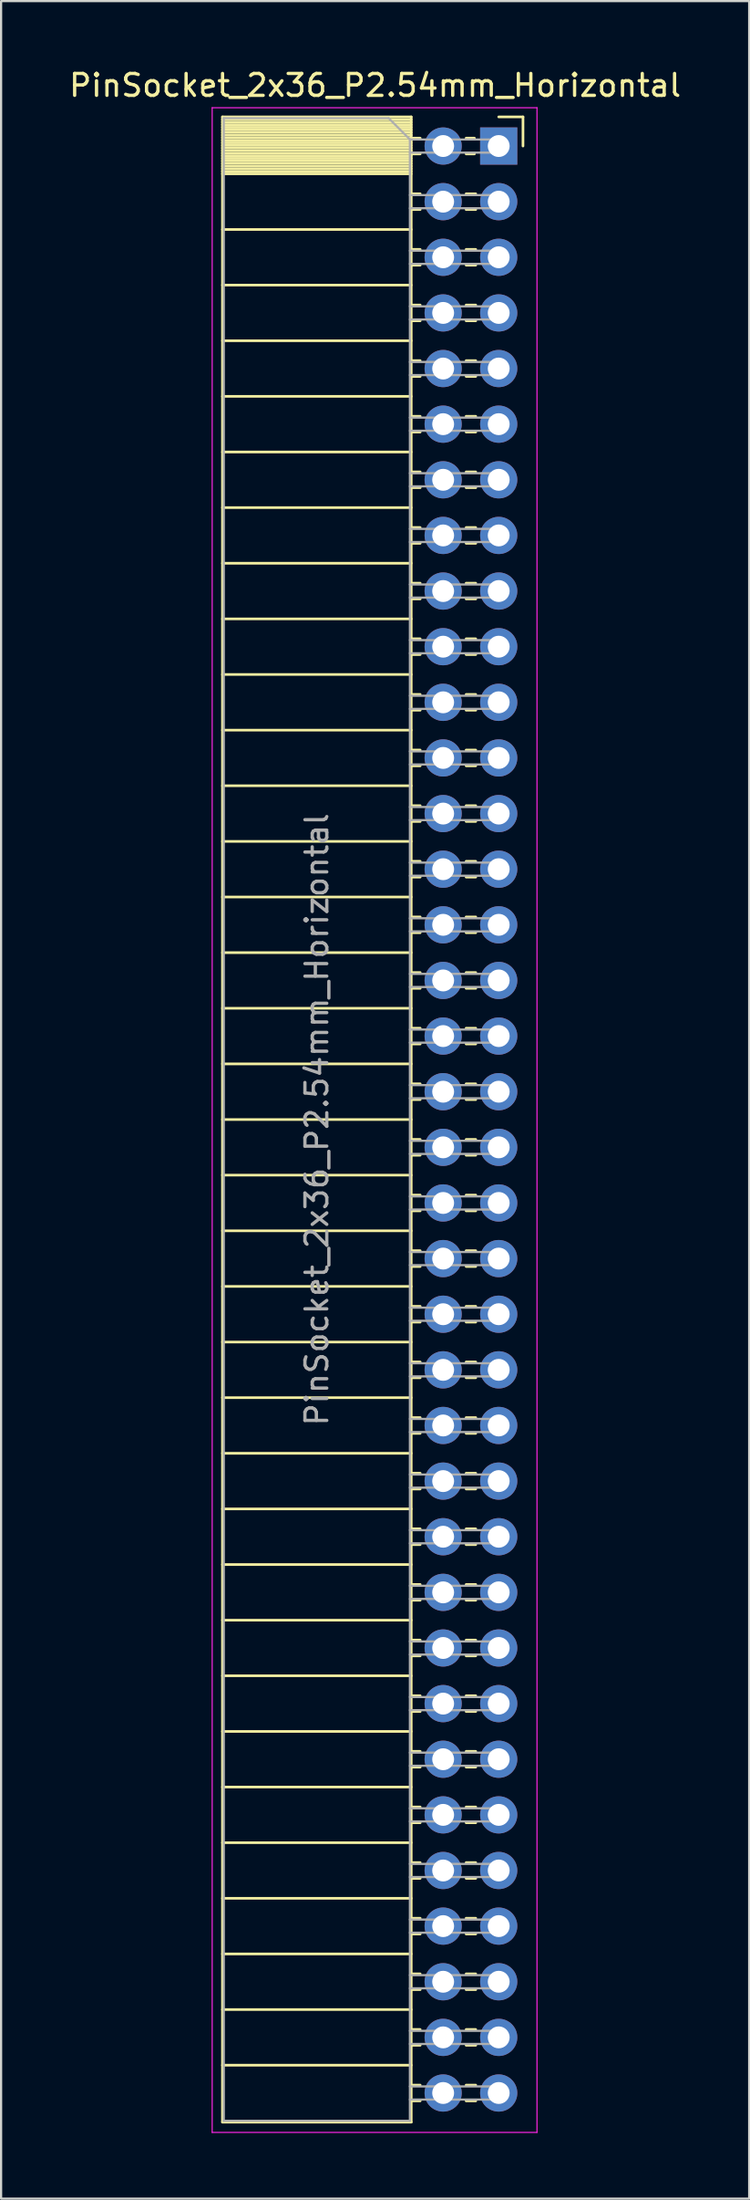
<source format=kicad_pcb>
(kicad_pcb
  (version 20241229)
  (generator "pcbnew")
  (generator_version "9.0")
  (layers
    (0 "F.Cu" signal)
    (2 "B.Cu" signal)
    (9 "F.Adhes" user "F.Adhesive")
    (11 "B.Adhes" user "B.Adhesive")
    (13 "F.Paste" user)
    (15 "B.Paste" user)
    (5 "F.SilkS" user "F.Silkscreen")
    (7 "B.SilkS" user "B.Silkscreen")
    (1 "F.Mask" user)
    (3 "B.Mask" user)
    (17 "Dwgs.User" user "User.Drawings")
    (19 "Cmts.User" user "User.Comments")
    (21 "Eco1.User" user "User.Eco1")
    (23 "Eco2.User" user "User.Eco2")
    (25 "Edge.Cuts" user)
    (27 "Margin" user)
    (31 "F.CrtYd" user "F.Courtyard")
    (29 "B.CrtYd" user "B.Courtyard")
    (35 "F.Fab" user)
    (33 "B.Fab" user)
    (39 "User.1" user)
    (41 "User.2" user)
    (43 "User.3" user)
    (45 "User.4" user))
  (footprint "PinSocket_2x36_P2.54mm_Horizontal"
    (layer "F.Cu")
    (at 19.751 3.618)
    (property "Reference" "PinSocket_2x36_P2.54mm_Horizontal" (at -5.65 -2.77 0) (layer "F.SilkS") (effects (font (size 1 1) (thickness 0.15))))
    (attr through_hole)
    (fp_line (start -12.63 -1.33) (end -12.63 90.23) (stroke (width 0.12) (type solid)) (layer "F.SilkS"))
    (fp_line (start -12.63 -1.33) (end -4 -1.33) (stroke (width 0.12) (type solid)) (layer "F.SilkS"))
    (fp_line (start -12.63 -1.21) (end -4 -1.21) (stroke (width 0.12) (type solid)) (layer "F.SilkS"))
    (fp_line (start -12.63 -1.092) (end -4 -1.092) (stroke (width 0.12) (type solid)) (layer "F.SilkS"))
    (fp_line (start -12.63 -0.974) (end -4 -0.974) (stroke (width 0.12) (type solid)) (layer "F.SilkS"))
    (fp_line (start -12.63 -0.856) (end -4 -0.856) (stroke (width 0.12) (type solid)) (layer "F.SilkS"))
    (fp_line (start -12.63 -0.738) (end -4 -0.738) (stroke (width 0.12) (type solid)) (layer "F.SilkS"))
    (fp_line (start -12.63 -0.62) (end -4 -0.62) (stroke (width 0.12) (type solid)) (layer "F.SilkS"))
    (fp_line (start -12.63 -0.501) (end -4 -0.501) (stroke (width 0.12) (type solid)) (layer "F.SilkS"))
    (fp_line (start -12.63 -0.383) (end -4 -0.383) (stroke (width 0.12) (type solid)) (layer "F.SilkS"))
    (fp_line (start -12.63 -0.265) (end -4 -0.265) (stroke (width 0.12) (type solid)) (layer "F.SilkS"))
    (fp_line (start -12.63 -0.147) (end -4 -0.147) (stroke (width 0.12) (type solid)) (layer "F.SilkS"))
    (fp_line (start -12.63 -0.029) (end -4 -0.029) (stroke (width 0.12) (type solid)) (layer "F.SilkS"))
    (fp_line (start -12.63 0.089) (end -4 0.089) (stroke (width 0.12) (type solid)) (layer "F.SilkS"))
    (fp_line (start -12.63 0.207) (end -4 0.207) (stroke (width 0.12) (type solid)) (layer "F.SilkS"))
    (fp_line (start -12.63 0.325) (end -4 0.325) (stroke (width 0.12) (type solid)) (layer "F.SilkS"))
    (fp_line (start -12.63 0.443) (end -4 0.443) (stroke (width 0.12) (type solid)) (layer "F.SilkS"))
    (fp_line (start -12.63 0.561) (end -4 0.561) (stroke (width 0.12) (type solid)) (layer "F.SilkS"))
    (fp_line (start -12.63 0.68) (end -4 0.68) (stroke (width 0.12) (type solid)) (layer "F.SilkS"))
    (fp_line (start -12.63 0.798) (end -4 0.798) (stroke (width 0.12) (type solid)) (layer "F.SilkS"))
    (fp_line (start -12.63 0.916) (end -4 0.916) (stroke (width 0.12) (type solid)) (layer "F.SilkS"))
    (fp_line (start -12.63 1.034) (end -4 1.034) (stroke (width 0.12) (type solid)) (layer "F.SilkS"))
    (fp_line (start -12.63 1.152) (end -4 1.152) (stroke (width 0.12) (type solid)) (layer "F.SilkS"))
    (fp_line (start -12.63 1.27) (end -4 1.27) (stroke (width 0.12) (type solid)) (layer "F.SilkS"))
    (fp_line (start -12.63 3.81) (end -4 3.81) (stroke (width 0.12) (type solid)) (layer "F.SilkS"))
    (fp_line (start -12.63 6.35) (end -4 6.35) (stroke (width 0.12) (type solid)) (layer "F.SilkS"))
    (fp_line (start -12.63 8.89) (end -4 8.89) (stroke (width 0.12) (type solid)) (layer "F.SilkS"))
    (fp_line (start -12.63 11.43) (end -4 11.43) (stroke (width 0.12) (type solid)) (layer "F.SilkS"))
    (fp_line (start -12.63 13.97) (end -4 13.97) (stroke (width 0.12) (type solid)) (layer "F.SilkS"))
    (fp_line (start -12.63 16.51) (end -4 16.51) (stroke (width 0.12) (type solid)) (layer "F.SilkS"))
    (fp_line (start -12.63 19.05) (end -4 19.05) (stroke (width 0.12) (type solid)) (layer "F.SilkS"))
    (fp_line (start -12.63 21.59) (end -4 21.59) (stroke (width 0.12) (type solid)) (layer "F.SilkS"))
    (fp_line (start -12.63 24.13) (end -4 24.13) (stroke (width 0.12) (type solid)) (layer "F.SilkS"))
    (fp_line (start -12.63 26.67) (end -4 26.67) (stroke (width 0.12) (type solid)) (layer "F.SilkS"))
    (fp_line (start -12.63 29.21) (end -4 29.21) (stroke (width 0.12) (type solid)) (layer "F.SilkS"))
    (fp_line (start -12.63 31.75) (end -4 31.75) (stroke (width 0.12) (type solid)) (layer "F.SilkS"))
    (fp_line (start -12.63 34.29) (end -4 34.29) (stroke (width 0.12) (type solid)) (layer "F.SilkS"))
    (fp_line (start -12.63 36.83) (end -4 36.83) (stroke (width 0.12) (type solid)) (layer "F.SilkS"))
    (fp_line (start -12.63 39.37) (end -4 39.37) (stroke (width 0.12) (type solid)) (layer "F.SilkS"))
    (fp_line (start -12.63 41.91) (end -4 41.91) (stroke (width 0.12) (type solid)) (layer "F.SilkS"))
    (fp_line (start -12.63 44.45) (end -4 44.45) (stroke (width 0.12) (type solid)) (layer "F.SilkS"))
    (fp_line (start -12.63 46.99) (end -4 46.99) (stroke (width 0.12) (type solid)) (layer "F.SilkS"))
    (fp_line (start -12.63 49.53) (end -4 49.53) (stroke (width 0.12) (type solid)) (layer "F.SilkS"))
    (fp_line (start -12.63 52.07) (end -4 52.07) (stroke (width 0.12) (type solid)) (layer "F.SilkS"))
    (fp_line (start -12.63 54.61) (end -4 54.61) (stroke (width 0.12) (type solid)) (layer "F.SilkS"))
    (fp_line (start -12.63 57.15) (end -4 57.15) (stroke (width 0.12) (type solid)) (layer "F.SilkS"))
    (fp_line (start -12.63 59.69) (end -4 59.69) (stroke (width 0.12) (type solid)) (layer "F.SilkS"))
    (fp_line (start -12.63 62.23) (end -4 62.23) (stroke (width 0.12) (type solid)) (layer "F.SilkS"))
    (fp_line (start -12.63 64.77) (end -4 64.77) (stroke (width 0.12) (type solid)) (layer "F.SilkS"))
    (fp_line (start -12.63 67.31) (end -4 67.31) (stroke (width 0.12) (type solid)) (layer "F.SilkS"))
    (fp_line (start -12.63 69.85) (end -4 69.85) (stroke (width 0.12) (type solid)) (layer "F.SilkS"))
    (fp_line (start -12.63 72.39) (end -4 72.39) (stroke (width 0.12) (type solid)) (layer "F.SilkS"))
    (fp_line (start -12.63 74.93) (end -4 74.93) (stroke (width 0.12) (type solid)) (layer "F.SilkS"))
    (fp_line (start -12.63 77.47) (end -4 77.47) (stroke (width 0.12) (type solid)) (layer "F.SilkS"))
    (fp_line (start -12.63 80.01) (end -4 80.01) (stroke (width 0.12) (type solid)) (layer "F.SilkS"))
    (fp_line (start -12.63 82.55) (end -4 82.55) (stroke (width 0.12) (type solid)) (layer "F.SilkS"))
    (fp_line (start -12.63 85.09) (end -4 85.09) (stroke (width 0.12) (type solid)) (layer "F.SilkS"))
    (fp_line (start -12.63 87.63) (end -4 87.63) (stroke (width 0.12) (type solid)) (layer "F.SilkS"))
    (fp_line (start -12.63 90.23) (end -4 90.23) (stroke (width 0.12) (type solid)) (layer "F.SilkS"))
    (fp_line (start -4 -1.33) (end -4 90.23) (stroke (width 0.12) (type solid)) (layer "F.SilkS"))
    (fp_line (start -4 -0.36) (end -3.59 -0.36) (stroke (width 0.12) (type solid)) (layer "F.SilkS"))
    (fp_line (start -4 0.36) (end -3.59 0.36) (stroke (width 0.12) (type solid)) (layer "F.SilkS"))
    (fp_line (start -4 2.18) (end -3.59 2.18) (stroke (width 0.12) (type solid)) (layer "F.SilkS"))
    (fp_line (start -4 2.9) (end -3.59 2.9) (stroke (width 0.12) (type solid)) (layer "F.SilkS"))
    (fp_line (start -4 4.72) (end -3.59 4.72) (stroke (width 0.12) (type solid)) (layer "F.SilkS"))
    (fp_line (start -4 5.44) (end -3.59 5.44) (stroke (width 0.12) (type solid)) (layer "F.SilkS"))
    (fp_line (start -4 7.26) (end -3.59 7.26) (stroke (width 0.12) (type solid)) (layer "F.SilkS"))
    (fp_line (start -4 7.98) (end -3.59 7.98) (stroke (width 0.12) (type solid)) (layer "F.SilkS"))
    (fp_line (start -4 9.8) (end -3.59 9.8) (stroke (width 0.12) (type solid)) (layer "F.SilkS"))
    (fp_line (start -4 10.52) (end -3.59 10.52) (stroke (width 0.12) (type solid)) (layer "F.SilkS"))
    (fp_line (start -4 12.34) (end -3.59 12.34) (stroke (width 0.12) (type solid)) (layer "F.SilkS"))
    (fp_line (start -4 13.06) (end -3.59 13.06) (stroke (width 0.12) (type solid)) (layer "F.SilkS"))
    (fp_line (start -4 14.88) (end -3.59 14.88) (stroke (width 0.12) (type solid)) (layer "F.SilkS"))
    (fp_line (start -4 15.6) (end -3.59 15.6) (stroke (width 0.12) (type solid)) (layer "F.SilkS"))
    (fp_line (start -4 17.42) (end -3.59 17.42) (stroke (width 0.12) (type solid)) (layer "F.SilkS"))
    (fp_line (start -4 18.14) (end -3.59 18.14) (stroke (width 0.12) (type solid)) (layer "F.SilkS"))
    (fp_line (start -4 19.96) (end -3.59 19.96) (stroke (width 0.12) (type solid)) (layer "F.SilkS"))
    (fp_line (start -4 20.68) (end -3.59 20.68) (stroke (width 0.12) (type solid)) (layer "F.SilkS"))
    (fp_line (start -4 22.5) (end -3.59 22.5) (stroke (width 0.12) (type solid)) (layer "F.SilkS"))
    (fp_line (start -4 23.22) (end -3.59 23.22) (stroke (width 0.12) (type solid)) (layer "F.SilkS"))
    (fp_line (start -4 25.04) (end -3.59 25.04) (stroke (width 0.12) (type solid)) (layer "F.SilkS"))
    (fp_line (start -4 25.76) (end -3.59 25.76) (stroke (width 0.12) (type solid)) (layer "F.SilkS"))
    (fp_line (start -4 27.58) (end -3.59 27.58) (stroke (width 0.12) (type solid)) (layer "F.SilkS"))
    (fp_line (start -4 28.3) (end -3.59 28.3) (stroke (width 0.12) (type solid)) (layer "F.SilkS"))
    (fp_line (start -4 30.12) (end -3.59 30.12) (stroke (width 0.12) (type solid)) (layer "F.SilkS"))
    (fp_line (start -4 30.84) (end -3.59 30.84) (stroke (width 0.12) (type solid)) (layer "F.SilkS"))
    (fp_line (start -4 32.66) (end -3.59 32.66) (stroke (width 0.12) (type solid)) (layer "F.SilkS"))
    (fp_line (start -4 33.38) (end -3.59 33.38) (stroke (width 0.12) (type solid)) (layer "F.SilkS"))
    (fp_line (start -4 35.2) (end -3.59 35.2) (stroke (width 0.12) (type solid)) (layer "F.SilkS"))
    (fp_line (start -4 35.92) (end -3.59 35.92) (stroke (width 0.12) (type solid)) (layer "F.SilkS"))
    (fp_line (start -4 37.74) (end -3.59 37.74) (stroke (width 0.12) (type solid)) (layer "F.SilkS"))
    (fp_line (start -4 38.46) (end -3.59 38.46) (stroke (width 0.12) (type solid)) (layer "F.SilkS"))
    (fp_line (start -4 40.28) (end -3.59 40.28) (stroke (width 0.12) (type solid)) (layer "F.SilkS"))
    (fp_line (start -4 41) (end -3.59 41) (stroke (width 0.12) (type solid)) (layer "F.SilkS"))
    (fp_line (start -4 42.82) (end -3.59 42.82) (stroke (width 0.12) (type solid)) (layer "F.SilkS"))
    (fp_line (start -4 43.54) (end -3.59 43.54) (stroke (width 0.12) (type solid)) (layer "F.SilkS"))
    (fp_line (start -4 45.36) (end -3.59 45.36) (stroke (width 0.12) (type solid)) (layer "F.SilkS"))
    (fp_line (start -4 46.08) (end -3.59 46.08) (stroke (width 0.12) (type solid)) (layer "F.SilkS"))
    (fp_line (start -4 47.9) (end -3.59 47.9) (stroke (width 0.12) (type solid)) (layer "F.SilkS"))
    (fp_line (start -4 48.62) (end -3.59 48.62) (stroke (width 0.12) (type solid)) (layer "F.SilkS"))
    (fp_line (start -4 50.44) (end -3.59 50.44) (stroke (width 0.12) (type solid)) (layer "F.SilkS"))
    (fp_line (start -4 51.16) (end -3.59 51.16) (stroke (width 0.12) (type solid)) (layer "F.SilkS"))
    (fp_line (start -4 52.98) (end -3.59 52.98) (stroke (width 0.12) (type solid)) (layer "F.SilkS"))
    (fp_line (start -4 53.7) (end -3.59 53.7) (stroke (width 0.12) (type solid)) (layer "F.SilkS"))
    (fp_line (start -4 55.52) (end -3.59 55.52) (stroke (width 0.12) (type solid)) (layer "F.SilkS"))
    (fp_line (start -4 56.24) (end -3.59 56.24) (stroke (width 0.12) (type solid)) (layer "F.SilkS"))
    (fp_line (start -4 58.06) (end -3.59 58.06) (stroke (width 0.12) (type solid)) (layer "F.SilkS"))
    (fp_line (start -4 58.78) (end -3.59 58.78) (stroke (width 0.12) (type solid)) (layer "F.SilkS"))
    (fp_line (start -4 60.6) (end -3.59 60.6) (stroke (width 0.12) (type solid)) (layer "F.SilkS"))
    (fp_line (start -4 61.32) (end -3.59 61.32) (stroke (width 0.12) (type solid)) (layer "F.SilkS"))
    (fp_line (start -4 63.14) (end -3.59 63.14) (stroke (width 0.12) (type solid)) (layer "F.SilkS"))
    (fp_line (start -4 63.86) (end -3.59 63.86) (stroke (width 0.12) (type solid)) (layer "F.SilkS"))
    (fp_line (start -4 65.68) (end -3.59 65.68) (stroke (width 0.12) (type solid)) (layer "F.SilkS"))
    (fp_line (start -4 66.4) (end -3.59 66.4) (stroke (width 0.12) (type solid)) (layer "F.SilkS"))
    (fp_line (start -4 68.22) (end -3.59 68.22) (stroke (width 0.12) (type solid)) (layer "F.SilkS"))
    (fp_line (start -4 68.94) (end -3.59 68.94) (stroke (width 0.12) (type solid)) (layer "F.SilkS"))
    (fp_line (start -4 70.76) (end -3.59 70.76) (stroke (width 0.12) (type solid)) (layer "F.SilkS"))
    (fp_line (start -4 71.48) (end -3.59 71.48) (stroke (width 0.12) (type solid)) (layer "F.SilkS"))
    (fp_line (start -4 73.3) (end -3.59 73.3) (stroke (width 0.12) (type solid)) (layer "F.SilkS"))
    (fp_line (start -4 74.02) (end -3.59 74.02) (stroke (width 0.12) (type solid)) (layer "F.SilkS"))
    (fp_line (start -4 75.84) (end -3.59 75.84) (stroke (width 0.12) (type solid)) (layer "F.SilkS"))
    (fp_line (start -4 76.56) (end -3.59 76.56) (stroke (width 0.12) (type solid)) (layer "F.SilkS"))
    (fp_line (start -4 78.38) (end -3.59 78.38) (stroke (width 0.12) (type solid)) (layer "F.SilkS"))
    (fp_line (start -4 79.1) (end -3.59 79.1) (stroke (width 0.12) (type solid)) (layer "F.SilkS"))
    (fp_line (start -4 80.92) (end -3.59 80.92) (stroke (width 0.12) (type solid)) (layer "F.SilkS"))
    (fp_line (start -4 81.64) (end -3.59 81.64) (stroke (width 0.12) (type solid)) (layer "F.SilkS"))
    (fp_line (start -4 83.46) (end -3.59 83.46) (stroke (width 0.12) (type solid)) (layer "F.SilkS"))
    (fp_line (start -4 84.18) (end -3.59 84.18) (stroke (width 0.12) (type solid)) (layer "F.SilkS"))
    (fp_line (start -4 86) (end -3.59 86) (stroke (width 0.12) (type solid)) (layer "F.SilkS"))
    (fp_line (start -4 86.72) (end -3.59 86.72) (stroke (width 0.12) (type solid)) (layer "F.SilkS"))
    (fp_line (start -4 88.54) (end -3.59 88.54) (stroke (width 0.12) (type solid)) (layer "F.SilkS"))
    (fp_line (start -4 89.26) (end -3.59 89.26) (stroke (width 0.12) (type solid)) (layer "F.SilkS"))
    (fp_line (start -1.49 -0.36) (end -1.11 -0.36) (stroke (width 0.12) (type solid)) (layer "F.SilkS"))
    (fp_line (start -1.49 0.36) (end -1.11 0.36) (stroke (width 0.12) (type solid)) (layer "F.SilkS"))
    (fp_line (start -1.49 2.18) (end -1.05 2.18) (stroke (width 0.12) (type solid)) (layer "F.SilkS"))
    (fp_line (start -1.49 2.9) (end -1.05 2.9) (stroke (width 0.12) (type solid)) (layer "F.SilkS"))
    (fp_line (start -1.49 4.72) (end -1.05 4.72) (stroke (width 0.12) (type solid)) (layer "F.SilkS"))
    (fp_line (start -1.49 5.44) (end -1.05 5.44) (stroke (width 0.12) (type solid)) (layer "F.SilkS"))
    (fp_line (start -1.49 7.26) (end -1.05 7.26) (stroke (width 0.12) (type solid)) (layer "F.SilkS"))
    (fp_line (start -1.49 7.98) (end -1.05 7.98) (stroke (width 0.12) (type solid)) (layer "F.SilkS"))
    (fp_line (start -1.49 9.8) (end -1.05 9.8) (stroke (width 0.12) (type solid)) (layer "F.SilkS"))
    (fp_line (start -1.49 10.52) (end -1.05 10.52) (stroke (width 0.12) (type solid)) (layer "F.SilkS"))
    (fp_line (start -1.49 12.34) (end -1.05 12.34) (stroke (width 0.12) (type solid)) (layer "F.SilkS"))
    (fp_line (start -1.49 13.06) (end -1.05 13.06) (stroke (width 0.12) (type solid)) (layer "F.SilkS"))
    (fp_line (start -1.49 14.88) (end -1.05 14.88) (stroke (width 0.12) (type solid)) (layer "F.SilkS"))
    (fp_line (start -1.49 15.6) (end -1.05 15.6) (stroke (width 0.12) (type solid)) (layer "F.SilkS"))
    (fp_line (start -1.49 17.42) (end -1.05 17.42) (stroke (width 0.12) (type solid)) (layer "F.SilkS"))
    (fp_line (start -1.49 18.14) (end -1.05 18.14) (stroke (width 0.12) (type solid)) (layer "F.SilkS"))
    (fp_line (start -1.49 19.96) (end -1.05 19.96) (stroke (width 0.12) (type solid)) (layer "F.SilkS"))
    (fp_line (start -1.49 20.68) (end -1.05 20.68) (stroke (width 0.12) (type solid)) (layer "F.SilkS"))
    (fp_line (start -1.49 22.5) (end -1.05 22.5) (stroke (width 0.12) (type solid)) (layer "F.SilkS"))
    (fp_line (start -1.49 23.22) (end -1.05 23.22) (stroke (width 0.12) (type solid)) (layer "F.SilkS"))
    (fp_line (start -1.49 25.04) (end -1.05 25.04) (stroke (width 0.12) (type solid)) (layer "F.SilkS"))
    (fp_line (start -1.49 25.76) (end -1.05 25.76) (stroke (width 0.12) (type solid)) (layer "F.SilkS"))
    (fp_line (start -1.49 27.58) (end -1.05 27.58) (stroke (width 0.12) (type solid)) (layer "F.SilkS"))
    (fp_line (start -1.49 28.3) (end -1.05 28.3) (stroke (width 0.12) (type solid)) (layer "F.SilkS"))
    (fp_line (start -1.49 30.12) (end -1.05 30.12) (stroke (width 0.12) (type solid)) (layer "F.SilkS"))
    (fp_line (start -1.49 30.84) (end -1.05 30.84) (stroke (width 0.12) (type solid)) (layer "F.SilkS"))
    (fp_line (start -1.49 32.66) (end -1.05 32.66) (stroke (width 0.12) (type solid)) (layer "F.SilkS"))
    (fp_line (start -1.49 33.38) (end -1.05 33.38) (stroke (width 0.12) (type solid)) (layer "F.SilkS"))
    (fp_line (start -1.49 35.2) (end -1.05 35.2) (stroke (width 0.12) (type solid)) (layer "F.SilkS"))
    (fp_line (start -1.49 35.92) (end -1.05 35.92) (stroke (width 0.12) (type solid)) (layer "F.SilkS"))
    (fp_line (start -1.49 37.74) (end -1.05 37.74) (stroke (width 0.12) (type solid)) (layer "F.SilkS"))
    (fp_line (start -1.49 38.46) (end -1.05 38.46) (stroke (width 0.12) (type solid)) (layer "F.SilkS"))
    (fp_line (start -1.49 40.28) (end -1.05 40.28) (stroke (width 0.12) (type solid)) (layer "F.SilkS"))
    (fp_line (start -1.49 41) (end -1.05 41) (stroke (width 0.12) (type solid)) (layer "F.SilkS"))
    (fp_line (start -1.49 42.82) (end -1.05 42.82) (stroke (width 0.12) (type solid)) (layer "F.SilkS"))
    (fp_line (start -1.49 43.54) (end -1.05 43.54) (stroke (width 0.12) (type solid)) (layer "F.SilkS"))
    (fp_line (start -1.49 45.36) (end -1.05 45.36) (stroke (width 0.12) (type solid)) (layer "F.SilkS"))
    (fp_line (start -1.49 46.08) (end -1.05 46.08) (stroke (width 0.12) (type solid)) (layer "F.SilkS"))
    (fp_line (start -1.49 47.9) (end -1.05 47.9) (stroke (width 0.12) (type solid)) (layer "F.SilkS"))
    (fp_line (start -1.49 48.62) (end -1.05 48.62) (stroke (width 0.12) (type solid)) (layer "F.SilkS"))
    (fp_line (start -1.49 50.44) (end -1.05 50.44) (stroke (width 0.12) (type solid)) (layer "F.SilkS"))
    (fp_line (start -1.49 51.16) (end -1.05 51.16) (stroke (width 0.12) (type solid)) (layer "F.SilkS"))
    (fp_line (start -1.49 52.98) (end -1.05 52.98) (stroke (width 0.12) (type solid)) (layer "F.SilkS"))
    (fp_line (start -1.49 53.7) (end -1.05 53.7) (stroke (width 0.12) (type solid)) (layer "F.SilkS"))
    (fp_line (start -1.49 55.52) (end -1.05 55.52) (stroke (width 0.12) (type solid)) (layer "F.SilkS"))
    (fp_line (start -1.49 56.24) (end -1.05 56.24) (stroke (width 0.12) (type solid)) (layer "F.SilkS"))
    (fp_line (start -1.49 58.06) (end -1.05 58.06) (stroke (width 0.12) (type solid)) (layer "F.SilkS"))
    (fp_line (start -1.49 58.78) (end -1.05 58.78) (stroke (width 0.12) (type solid)) (layer "F.SilkS"))
    (fp_line (start -1.49 60.6) (end -1.05 60.6) (stroke (width 0.12) (type solid)) (layer "F.SilkS"))
    (fp_line (start -1.49 61.32) (end -1.05 61.32) (stroke (width 0.12) (type solid)) (layer "F.SilkS"))
    (fp_line (start -1.49 63.14) (end -1.05 63.14) (stroke (width 0.12) (type solid)) (layer "F.SilkS"))
    (fp_line (start -1.49 63.86) (end -1.05 63.86) (stroke (width 0.12) (type solid)) (layer "F.SilkS"))
    (fp_line (start -1.49 65.68) (end -1.05 65.68) (stroke (width 0.12) (type solid)) (layer "F.SilkS"))
    (fp_line (start -1.49 66.4) (end -1.05 66.4) (stroke (width 0.12) (type solid)) (layer "F.SilkS"))
    (fp_line (start -1.49 68.22) (end -1.05 68.22) (stroke (width 0.12) (type solid)) (layer "F.SilkS"))
    (fp_line (start -1.49 68.94) (end -1.05 68.94) (stroke (width 0.12) (type solid)) (layer "F.SilkS"))
    (fp_line (start -1.49 70.76) (end -1.05 70.76) (stroke (width 0.12) (type solid)) (layer "F.SilkS"))
    (fp_line (start -1.49 71.48) (end -1.05 71.48) (stroke (width 0.12) (type solid)) (layer "F.SilkS"))
    (fp_line (start -1.49 73.3) (end -1.05 73.3) (stroke (width 0.12) (type solid)) (layer "F.SilkS"))
    (fp_line (start -1.49 74.02) (end -1.05 74.02) (stroke (width 0.12) (type solid)) (layer "F.SilkS"))
    (fp_line (start -1.49 75.84) (end -1.05 75.84) (stroke (width 0.12) (type solid)) (layer "F.SilkS"))
    (fp_line (start -1.49 76.56) (end -1.05 76.56) (stroke (width 0.12) (type solid)) (layer "F.SilkS"))
    (fp_line (start -1.49 78.38) (end -1.05 78.38) (stroke (width 0.12) (type solid)) (layer "F.SilkS"))
    (fp_line (start -1.49 79.1) (end -1.05 79.1) (stroke (width 0.12) (type solid)) (layer "F.SilkS"))
    (fp_line (start -1.49 80.92) (end -1.05 80.92) (stroke (width 0.12) (type solid)) (layer "F.SilkS"))
    (fp_line (start -1.49 81.64) (end -1.05 81.64) (stroke (width 0.12) (type solid)) (layer "F.SilkS"))
    (fp_line (start -1.49 83.46) (end -1.05 83.46) (stroke (width 0.12) (type solid)) (layer "F.SilkS"))
    (fp_line (start -1.49 84.18) (end -1.05 84.18) (stroke (width 0.12) (type solid)) (layer "F.SilkS"))
    (fp_line (start -1.49 86) (end -1.05 86) (stroke (width 0.12) (type solid)) (layer "F.SilkS"))
    (fp_line (start -1.49 86.72) (end -1.05 86.72) (stroke (width 0.12) (type solid)) (layer "F.SilkS"))
    (fp_line (start -1.49 88.54) (end -1.05 88.54) (stroke (width 0.12) (type solid)) (layer "F.SilkS"))
    (fp_line (start -1.49 89.26) (end -1.05 89.26) (stroke (width 0.12) (type solid)) (layer "F.SilkS"))
    (fp_line (start 0 -1.33) (end 1.11 -1.33) (stroke (width 0.12) (type solid)) (layer "F.SilkS"))
    (fp_line (start 1.11 -1.33) (end 1.11 0) (stroke (width 0.12) (type solid)) (layer "F.SilkS"))
    (fp_line (start -13.1 -1.75) (end -13.1 90.7) (stroke (width 0.05) (type solid)) (layer "F.CrtYd"))
    (fp_line (start -13.1 90.7) (end 1.75 90.7) (stroke (width 0.05) (type solid)) (layer "F.CrtYd"))
    (fp_line (start 1.75 -1.75) (end -13.1 -1.75) (stroke (width 0.05) (type solid)) (layer "F.CrtYd"))
    (fp_line (start 1.75 90.7) (end 1.75 -1.75) (stroke (width 0.05) (type solid)) (layer "F.CrtYd"))
    (fp_line (start -12.57 -1.27) (end -5.03 -1.27) (stroke (width 0.1) (type solid)) (layer "F.Fab"))
    (fp_line (start -12.57 90.17) (end -12.57 -1.27) (stroke (width 0.1) (type solid)) (layer "F.Fab"))
    (fp_line (start -5.03 -1.27) (end -4.06 -0.3) (stroke (width 0.1) (type solid)) (layer "F.Fab"))
    (fp_line (start -4.06 -0.3) (end -4.06 90.17) (stroke (width 0.1) (type solid)) (layer "F.Fab"))
    (fp_line (start -4.06 0.3) (end 0 0.3) (stroke (width 0.1) (type solid)) (layer "F.Fab"))
    (fp_line (start -4.06 2.84) (end 0 2.84) (stroke (width 0.1) (type solid)) (layer "F.Fab"))
    (fp_line (start -4.06 5.38) (end 0 5.38) (stroke (width 0.1) (type solid)) (layer "F.Fab"))
    (fp_line (start -4.06 7.92) (end 0 7.92) (stroke (width 0.1) (type solid)) (layer "F.Fab"))
    (fp_line (start -4.06 10.46) (end 0 10.46) (stroke (width 0.1) (type solid)) (layer "F.Fab"))
    (fp_line (start -4.06 13) (end 0 13) (stroke (width 0.1) (type solid)) (layer "F.Fab"))
    (fp_line (start -4.06 15.54) (end 0 15.54) (stroke (width 0.1) (type solid)) (layer "F.Fab"))
    (fp_line (start -4.06 18.08) (end 0 18.08) (stroke (width 0.1) (type solid)) (layer "F.Fab"))
    (fp_line (start -4.06 20.62) (end 0 20.62) (stroke (width 0.1) (type solid)) (layer "F.Fab"))
    (fp_line (start -4.06 23.16) (end 0 23.16) (stroke (width 0.1) (type solid)) (layer "F.Fab"))
    (fp_line (start -4.06 25.7) (end 0 25.7) (stroke (width 0.1) (type solid)) (layer "F.Fab"))
    (fp_line (start -4.06 28.24) (end 0 28.24) (stroke (width 0.1) (type solid)) (layer "F.Fab"))
    (fp_line (start -4.06 30.78) (end 0 30.78) (stroke (width 0.1) (type solid)) (layer "F.Fab"))
    (fp_line (start -4.06 33.32) (end 0 33.32) (stroke (width 0.1) (type solid)) (layer "F.Fab"))
    (fp_line (start -4.06 35.86) (end 0 35.86) (stroke (width 0.1) (type solid)) (layer "F.Fab"))
    (fp_line (start -4.06 38.4) (end 0 38.4) (stroke (width 0.1) (type solid)) (layer "F.Fab"))
    (fp_line (start -4.06 40.94) (end 0 40.94) (stroke (width 0.1) (type solid)) (layer "F.Fab"))
    (fp_line (start -4.06 43.48) (end 0 43.48) (stroke (width 0.1) (type solid)) (layer "F.Fab"))
    (fp_line (start -4.06 46.02) (end 0 46.02) (stroke (width 0.1) (type solid)) (layer "F.Fab"))
    (fp_line (start -4.06 48.56) (end 0 48.56) (stroke (width 0.1) (type solid)) (layer "F.Fab"))
    (fp_line (start -4.06 51.1) (end 0 51.1) (stroke (width 0.1) (type solid)) (layer "F.Fab"))
    (fp_line (start -4.06 53.64) (end 0 53.64) (stroke (width 0.1) (type solid)) (layer "F.Fab"))
    (fp_line (start -4.06 56.18) (end 0 56.18) (stroke (width 0.1) (type solid)) (layer "F.Fab"))
    (fp_line (start -4.06 58.72) (end 0 58.72) (stroke (width 0.1) (type solid)) (layer "F.Fab"))
    (fp_line (start -4.06 61.26) (end 0 61.26) (stroke (width 0.1) (type solid)) (layer "F.Fab"))
    (fp_line (start -4.06 63.8) (end 0 63.8) (stroke (width 0.1) (type solid)) (layer "F.Fab"))
    (fp_line (start -4.06 66.34) (end 0 66.34) (stroke (width 0.1) (type solid)) (layer "F.Fab"))
    (fp_line (start -4.06 68.88) (end 0 68.88) (stroke (width 0.1) (type solid)) (layer "F.Fab"))
    (fp_line (start -4.06 71.42) (end 0 71.42) (stroke (width 0.1) (type solid)) (layer "F.Fab"))
    (fp_line (start -4.06 73.96) (end 0 73.96) (stroke (width 0.1) (type solid)) (layer "F.Fab"))
    (fp_line (start -4.06 76.5) (end 0 76.5) (stroke (width 0.1) (type solid)) (layer "F.Fab"))
    (fp_line (start -4.06 79.04) (end 0 79.04) (stroke (width 0.1) (type solid)) (layer "F.Fab"))
    (fp_line (start -4.06 81.58) (end 0 81.58) (stroke (width 0.1) (type solid)) (layer "F.Fab"))
    (fp_line (start -4.06 84.12) (end 0 84.12) (stroke (width 0.1) (type solid)) (layer "F.Fab"))
    (fp_line (start -4.06 86.66) (end 0 86.66) (stroke (width 0.1) (type solid)) (layer "F.Fab"))
    (fp_line (start -4.06 89.2) (end 0 89.2) (stroke (width 0.1) (type solid)) (layer "F.Fab"))
    (fp_line (start -4.06 90.17) (end -12.57 90.17) (stroke (width 0.1) (type solid)) (layer "F.Fab"))
    (fp_line (start 0 -0.3) (end -4.06 -0.3) (stroke (width 0.1) (type solid)) (layer "F.Fab"))
    (fp_line (start 0 0.3) (end 0 -0.3) (stroke (width 0.1) (type solid)) (layer "F.Fab"))
    (fp_line (start 0 2.24) (end -4.06 2.24) (stroke (width 0.1) (type solid)) (layer "F.Fab"))
    (fp_line (start 0 2.84) (end 0 2.24) (stroke (width 0.1) (type solid)) (layer "F.Fab"))
    (fp_line (start 0 4.78) (end -4.06 4.78) (stroke (width 0.1) (type solid)) (layer "F.Fab"))
    (fp_line (start 0 5.38) (end 0 4.78) (stroke (width 0.1) (type solid)) (layer "F.Fab"))
    (fp_line (start 0 7.32) (end -4.06 7.32) (stroke (width 0.1) (type solid)) (layer "F.Fab"))
    (fp_line (start 0 7.92) (end 0 7.32) (stroke (width 0.1) (type solid)) (layer "F.Fab"))
    (fp_line (start 0 9.86) (end -4.06 9.86) (stroke (width 0.1) (type solid)) (layer "F.Fab"))
    (fp_line (start 0 10.46) (end 0 9.86) (stroke (width 0.1) (type solid)) (layer "F.Fab"))
    (fp_line (start 0 12.4) (end -4.06 12.4) (stroke (width 0.1) (type solid)) (layer "F.Fab"))
    (fp_line (start 0 13) (end 0 12.4) (stroke (width 0.1) (type solid)) (layer "F.Fab"))
    (fp_line (start 0 14.94) (end -4.06 14.94) (stroke (width 0.1) (type solid)) (layer "F.Fab"))
    (fp_line (start 0 15.54) (end 0 14.94) (stroke (width 0.1) (type solid)) (layer "F.Fab"))
    (fp_line (start 0 17.48) (end -4.06 17.48) (stroke (width 0.1) (type solid)) (layer "F.Fab"))
    (fp_line (start 0 18.08) (end 0 17.48) (stroke (width 0.1) (type solid)) (layer "F.Fab"))
    (fp_line (start 0 20.02) (end -4.06 20.02) (stroke (width 0.1) (type solid)) (layer "F.Fab"))
    (fp_line (start 0 20.62) (end 0 20.02) (stroke (width 0.1) (type solid)) (layer "F.Fab"))
    (fp_line (start 0 22.56) (end -4.06 22.56) (stroke (width 0.1) (type solid)) (layer "F.Fab"))
    (fp_line (start 0 23.16) (end 0 22.56) (stroke (width 0.1) (type solid)) (layer "F.Fab"))
    (fp_line (start 0 25.1) (end -4.06 25.1) (stroke (width 0.1) (type solid)) (layer "F.Fab"))
    (fp_line (start 0 25.7) (end 0 25.1) (stroke (width 0.1) (type solid)) (layer "F.Fab"))
    (fp_line (start 0 27.64) (end -4.06 27.64) (stroke (width 0.1) (type solid)) (layer "F.Fab"))
    (fp_line (start 0 28.24) (end 0 27.64) (stroke (width 0.1) (type solid)) (layer "F.Fab"))
    (fp_line (start 0 30.18) (end -4.06 30.18) (stroke (width 0.1) (type solid)) (layer "F.Fab"))
    (fp_line (start 0 30.78) (end 0 30.18) (stroke (width 0.1) (type solid)) (layer "F.Fab"))
    (fp_line (start 0 32.72) (end -4.06 32.72) (stroke (width 0.1) (type solid)) (layer "F.Fab"))
    (fp_line (start 0 33.32) (end 0 32.72) (stroke (width 0.1) (type solid)) (layer "F.Fab"))
    (fp_line (start 0 35.26) (end -4.06 35.26) (stroke (width 0.1) (type solid)) (layer "F.Fab"))
    (fp_line (start 0 35.86) (end 0 35.26) (stroke (width 0.1) (type solid)) (layer "F.Fab"))
    (fp_line (start 0 37.8) (end -4.06 37.8) (stroke (width 0.1) (type solid)) (layer "F.Fab"))
    (fp_line (start 0 38.4) (end 0 37.8) (stroke (width 0.1) (type solid)) (layer "F.Fab"))
    (fp_line (start 0 40.34) (end -4.06 40.34) (stroke (width 0.1) (type solid)) (layer "F.Fab"))
    (fp_line (start 0 40.94) (end 0 40.34) (stroke (width 0.1) (type solid)) (layer "F.Fab"))
    (fp_line (start 0 42.88) (end -4.06 42.88) (stroke (width 0.1) (type solid)) (layer "F.Fab"))
    (fp_line (start 0 43.48) (end 0 42.88) (stroke (width 0.1) (type solid)) (layer "F.Fab"))
    (fp_line (start 0 45.42) (end -4.06 45.42) (stroke (width 0.1) (type solid)) (layer "F.Fab"))
    (fp_line (start 0 46.02) (end 0 45.42) (stroke (width 0.1) (type solid)) (layer "F.Fab"))
    (fp_line (start 0 47.96) (end -4.06 47.96) (stroke (width 0.1) (type solid)) (layer "F.Fab"))
    (fp_line (start 0 48.56) (end 0 47.96) (stroke (width 0.1) (type solid)) (layer "F.Fab"))
    (fp_line (start 0 50.5) (end -4.06 50.5) (stroke (width 0.1) (type solid)) (layer "F.Fab"))
    (fp_line (start 0 51.1) (end 0 50.5) (stroke (width 0.1) (type solid)) (layer "F.Fab"))
    (fp_line (start 0 53.04) (end -4.06 53.04) (stroke (width 0.1) (type solid)) (layer "F.Fab"))
    (fp_line (start 0 53.64) (end 0 53.04) (stroke (width 0.1) (type solid)) (layer "F.Fab"))
    (fp_line (start 0 55.58) (end -4.06 55.58) (stroke (width 0.1) (type solid)) (layer "F.Fab"))
    (fp_line (start 0 56.18) (end 0 55.58) (stroke (width 0.1) (type solid)) (layer "F.Fab"))
    (fp_line (start 0 58.12) (end -4.06 58.12) (stroke (width 0.1) (type solid)) (layer "F.Fab"))
    (fp_line (start 0 58.72) (end 0 58.12) (stroke (width 0.1) (type solid)) (layer "F.Fab"))
    (fp_line (start 0 60.66) (end -4.06 60.66) (stroke (width 0.1) (type solid)) (layer "F.Fab"))
    (fp_line (start 0 61.26) (end 0 60.66) (stroke (width 0.1) (type solid)) (layer "F.Fab"))
    (fp_line (start 0 63.2) (end -4.06 63.2) (stroke (width 0.1) (type solid)) (layer "F.Fab"))
    (fp_line (start 0 63.8) (end 0 63.2) (stroke (width 0.1) (type solid)) (layer "F.Fab"))
    (fp_line (start 0 65.74) (end -4.06 65.74) (stroke (width 0.1) (type solid)) (layer "F.Fab"))
    (fp_line (start 0 66.34) (end 0 65.74) (stroke (width 0.1) (type solid)) (layer "F.Fab"))
    (fp_line (start 0 68.28) (end -4.06 68.28) (stroke (width 0.1) (type solid)) (layer "F.Fab"))
    (fp_line (start 0 68.88) (end 0 68.28) (stroke (width 0.1) (type solid)) (layer "F.Fab"))
    (fp_line (start 0 70.82) (end -4.06 70.82) (stroke (width 0.1) (type solid)) (layer "F.Fab"))
    (fp_line (start 0 71.42) (end 0 70.82) (stroke (width 0.1) (type solid)) (layer "F.Fab"))
    (fp_line (start 0 73.36) (end -4.06 73.36) (stroke (width 0.1) (type solid)) (layer "F.Fab"))
    (fp_line (start 0 73.96) (end 0 73.36) (stroke (width 0.1) (type solid)) (layer "F.Fab"))
    (fp_line (start 0 75.9) (end -4.06 75.9) (stroke (width 0.1) (type solid)) (layer "F.Fab"))
    (fp_line (start 0 76.5) (end 0 75.9) (stroke (width 0.1) (type solid)) (layer "F.Fab"))
    (fp_line (start 0 78.44) (end -4.06 78.44) (stroke (width 0.1) (type solid)) (layer "F.Fab"))
    (fp_line (start 0 79.04) (end 0 78.44) (stroke (width 0.1) (type solid)) (layer "F.Fab"))
    (fp_line (start 0 80.98) (end -4.06 80.98) (stroke (width 0.1) (type solid)) (layer "F.Fab"))
    (fp_line (start 0 81.58) (end 0 80.98) (stroke (width 0.1) (type solid)) (layer "F.Fab"))
    (fp_line (start 0 83.52) (end -4.06 83.52) (stroke (width 0.1) (type solid)) (layer "F.Fab"))
    (fp_line (start 0 84.12) (end 0 83.52) (stroke (width 0.1) (type solid)) (layer "F.Fab"))
    (fp_line (start 0 86.06) (end -4.06 86.06) (stroke (width 0.1) (type solid)) (layer "F.Fab"))
    (fp_line (start 0 86.66) (end 0 86.06) (stroke (width 0.1) (type solid)) (layer "F.Fab"))
    (fp_line (start 0 88.6) (end -4.06 88.6) (stroke (width 0.1) (type solid)) (layer "F.Fab"))
    (fp_line (start 0 89.2) (end 0 88.6) (stroke (width 0.1) (type solid)) (layer "F.Fab"))
    (fp_text user "${REFERENCE}" (at -8.315 44.45 90) (layer "F.Fab") (effects (font (size 1 1) (thickness 0.15))))
    (pad "1" thru_hole rect (at 0 0) (size 1.7 1.7) (drill 1) (layers "*.Cu" "*.Mask"))
    (pad "2" thru_hole circle (at -2.54 0) (size 1.7 1.7) (drill 1) (layers "*.Cu" "*.Mask"))
    (pad "3" thru_hole circle (at 0 2.54) (size 1.7 1.7) (drill 1) (layers "*.Cu" "*.Mask"))
    (pad "4" thru_hole circle (at -2.54 2.54) (size 1.7 1.7) (drill 1) (layers "*.Cu" "*.Mask"))
    (pad "5" thru_hole circle (at 0 5.08) (size 1.7 1.7) (drill 1) (layers "*.Cu" "*.Mask"))
    (pad "6" thru_hole circle (at -2.54 5.08) (size 1.7 1.7) (drill 1) (layers "*.Cu" "*.Mask"))
    (pad "7" thru_hole circle (at 0 7.62) (size 1.7 1.7) (drill 1) (layers "*.Cu" "*.Mask"))
    (pad "8" thru_hole circle (at -2.54 7.62) (size 1.7 1.7) (drill 1) (layers "*.Cu" "*.Mask"))
    (pad "9" thru_hole circle (at 0 10.16) (size 1.7 1.7) (drill 1) (layers "*.Cu" "*.Mask"))
    (pad "10" thru_hole circle (at -2.54 10.16) (size 1.7 1.7) (drill 1) (layers "*.Cu" "*.Mask"))
    (pad "11" thru_hole circle (at 0 12.7) (size 1.7 1.7) (drill 1) (layers "*.Cu" "*.Mask"))
    (pad "12" thru_hole circle (at -2.54 12.7) (size 1.7 1.7) (drill 1) (layers "*.Cu" "*.Mask"))
    (pad "13" thru_hole circle (at 0 15.24) (size 1.7 1.7) (drill 1) (layers "*.Cu" "*.Mask"))
    (pad "14" thru_hole circle (at -2.54 15.24) (size 1.7 1.7) (drill 1) (layers "*.Cu" "*.Mask"))
    (pad "15" thru_hole circle (at 0 17.78) (size 1.7 1.7) (drill 1) (layers "*.Cu" "*.Mask"))
    (pad "16" thru_hole circle (at -2.54 17.78) (size 1.7 1.7) (drill 1) (layers "*.Cu" "*.Mask"))
    (pad "17" thru_hole circle (at 0 20.32) (size 1.7 1.7) (drill 1) (layers "*.Cu" "*.Mask"))
    (pad "18" thru_hole circle (at -2.54 20.32) (size 1.7 1.7) (drill 1) (layers "*.Cu" "*.Mask"))
    (pad "19" thru_hole circle (at 0 22.86) (size 1.7 1.7) (drill 1) (layers "*.Cu" "*.Mask"))
    (pad "20" thru_hole circle (at -2.54 22.86) (size 1.7 1.7) (drill 1) (layers "*.Cu" "*.Mask"))
    (pad "21" thru_hole circle (at 0 25.4) (size 1.7 1.7) (drill 1) (layers "*.Cu" "*.Mask"))
    (pad "22" thru_hole circle (at -2.54 25.4) (size 1.7 1.7) (drill 1) (layers "*.Cu" "*.Mask"))
    (pad "23" thru_hole circle (at 0 27.94) (size 1.7 1.7) (drill 1) (layers "*.Cu" "*.Mask"))
    (pad "24" thru_hole circle (at -2.54 27.94) (size 1.7 1.7) (drill 1) (layers "*.Cu" "*.Mask"))
    (pad "25" thru_hole circle (at 0 30.48) (size 1.7 1.7) (drill 1) (layers "*.Cu" "*.Mask"))
    (pad "26" thru_hole circle (at -2.54 30.48) (size 1.7 1.7) (drill 1) (layers "*.Cu" "*.Mask"))
    (pad "27" thru_hole circle (at 0 33.02) (size 1.7 1.7) (drill 1) (layers "*.Cu" "*.Mask"))
    (pad "28" thru_hole circle (at -2.54 33.02) (size 1.7 1.7) (drill 1) (layers "*.Cu" "*.Mask"))
    (pad "29" thru_hole circle (at 0 35.56) (size 1.7 1.7) (drill 1) (layers "*.Cu" "*.Mask"))
    (pad "30" thru_hole circle (at -2.54 35.56) (size 1.7 1.7) (drill 1) (layers "*.Cu" "*.Mask"))
    (pad "31" thru_hole circle (at 0 38.1) (size 1.7 1.7) (drill 1) (layers "*.Cu" "*.Mask"))
    (pad "32" thru_hole circle (at -2.54 38.1) (size 1.7 1.7) (drill 1) (layers "*.Cu" "*.Mask"))
    (pad "33" thru_hole circle (at 0 40.64) (size 1.7 1.7) (drill 1) (layers "*.Cu" "*.Mask"))
    (pad "34" thru_hole circle (at -2.54 40.64) (size 1.7 1.7) (drill 1) (layers "*.Cu" "*.Mask"))
    (pad "35" thru_hole circle (at 0 43.18) (size 1.7 1.7) (drill 1) (layers "*.Cu" "*.Mask"))
    (pad "36" thru_hole circle (at -2.54 43.18) (size 1.7 1.7) (drill 1) (layers "*.Cu" "*.Mask"))
    (pad "37" thru_hole circle (at 0 45.72) (size 1.7 1.7) (drill 1) (layers "*.Cu" "*.Mask"))
    (pad "38" thru_hole circle (at -2.54 45.72) (size 1.7 1.7) (drill 1) (layers "*.Cu" "*.Mask"))
    (pad "39" thru_hole circle (at 0 48.26) (size 1.7 1.7) (drill 1) (layers "*.Cu" "*.Mask"))
    (pad "40" thru_hole circle (at -2.54 48.26) (size 1.7 1.7) (drill 1) (layers "*.Cu" "*.Mask"))
    (pad "41" thru_hole circle (at 0 50.8) (size 1.7 1.7) (drill 1) (layers "*.Cu" "*.Mask"))
    (pad "42" thru_hole circle (at -2.54 50.8) (size 1.7 1.7) (drill 1) (layers "*.Cu" "*.Mask"))
    (pad "43" thru_hole circle (at 0 53.34) (size 1.7 1.7) (drill 1) (layers "*.Cu" "*.Mask"))
    (pad "44" thru_hole circle (at -2.54 53.34) (size 1.7 1.7) (drill 1) (layers "*.Cu" "*.Mask"))
    (pad "45" thru_hole circle (at 0 55.88) (size 1.7 1.7) (drill 1) (layers "*.Cu" "*.Mask"))
    (pad "46" thru_hole circle (at -2.54 55.88) (size 1.7 1.7) (drill 1) (layers "*.Cu" "*.Mask"))
    (pad "47" thru_hole circle (at 0 58.42) (size 1.7 1.7) (drill 1) (layers "*.Cu" "*.Mask"))
    (pad "48" thru_hole circle (at -2.54 58.42) (size 1.7 1.7) (drill 1) (layers "*.Cu" "*.Mask"))
    (pad "49" thru_hole circle (at 0 60.96) (size 1.7 1.7) (drill 1) (layers "*.Cu" "*.Mask"))
    (pad "50" thru_hole circle (at -2.54 60.96) (size 1.7 1.7) (drill 1) (layers "*.Cu" "*.Mask"))
    (pad "51" thru_hole circle (at 0 63.5) (size 1.7 1.7) (drill 1) (layers "*.Cu" "*.Mask"))
    (pad "52" thru_hole circle (at -2.54 63.5) (size 1.7 1.7) (drill 1) (layers "*.Cu" "*.Mask"))
    (pad "53" thru_hole circle (at 0 66.04) (size 1.7 1.7) (drill 1) (layers "*.Cu" "*.Mask"))
    (pad "54" thru_hole circle (at -2.54 66.04) (size 1.7 1.7) (drill 1) (layers "*.Cu" "*.Mask"))
    (pad "55" thru_hole circle (at 0 68.58) (size 1.7 1.7) (drill 1) (layers "*.Cu" "*.Mask"))
    (pad "56" thru_hole circle (at -2.54 68.58) (size 1.7 1.7) (drill 1) (layers "*.Cu" "*.Mask"))
    (pad "57" thru_hole circle (at 0 71.12) (size 1.7 1.7) (drill 1) (layers "*.Cu" "*.Mask"))
    (pad "58" thru_hole circle (at -2.54 71.12) (size 1.7 1.7) (drill 1) (layers "*.Cu" "*.Mask"))
    (pad "59" thru_hole circle (at 0 73.66) (size 1.7 1.7) (drill 1) (layers "*.Cu" "*.Mask"))
    (pad "60" thru_hole circle (at -2.54 73.66) (size 1.7 1.7) (drill 1) (layers "*.Cu" "*.Mask"))
    (pad "61" thru_hole circle (at 0 76.2) (size 1.7 1.7) (drill 1) (layers "*.Cu" "*.Mask"))
    (pad "62" thru_hole circle (at -2.54 76.2) (size 1.7 1.7) (drill 1) (layers "*.Cu" "*.Mask"))
    (pad "63" thru_hole circle (at 0 78.74) (size 1.7 1.7) (drill 1) (layers "*.Cu" "*.Mask"))
    (pad "64" thru_hole circle (at -2.54 78.74) (size 1.7 1.7) (drill 1) (layers "*.Cu" "*.Mask"))
    (pad "65" thru_hole circle (at 0 81.28) (size 1.7 1.7) (drill 1) (layers "*.Cu" "*.Mask"))
    (pad "66" thru_hole circle (at -2.54 81.28) (size 1.7 1.7) (drill 1) (layers "*.Cu" "*.Mask"))
    (pad "67" thru_hole circle (at 0 83.82) (size 1.7 1.7) (drill 1) (layers "*.Cu" "*.Mask"))
    (pad "68" thru_hole circle (at -2.54 83.82) (size 1.7 1.7) (drill 1) (layers "*.Cu" "*.Mask"))
    (pad "69" thru_hole circle (at 0 86.36) (size 1.7 1.7) (drill 1) (layers "*.Cu" "*.Mask"))
    (pad "70" thru_hole circle (at -2.54 86.36) (size 1.7 1.7) (drill 1) (layers "*.Cu" "*.Mask"))
    (pad "71" thru_hole circle (at 0 88.9) (size 1.7 1.7) (drill 1) (layers "*.Cu" "*.Mask"))
    (pad "72" thru_hole circle (at -2.54 88.9) (size 1.7 1.7) (drill 1) (layers "*.Cu" "*.Mask")))
  (gr_rect
    (start -3 -3)
    (end 31.202 97.343)
    (stroke (width 0.1) (type default))
    (fill no)
    (layer "Edge.Cuts")))
</source>
